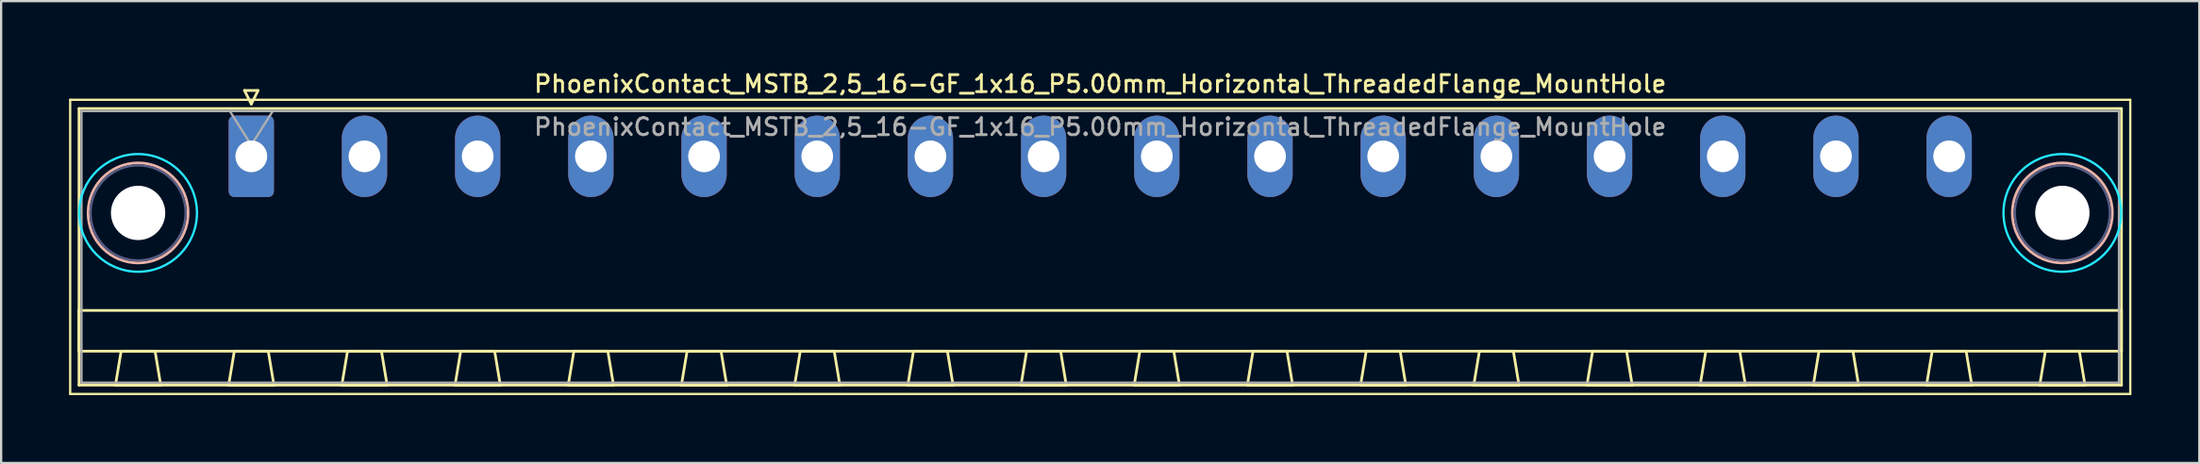
<source format=kicad_pcb>
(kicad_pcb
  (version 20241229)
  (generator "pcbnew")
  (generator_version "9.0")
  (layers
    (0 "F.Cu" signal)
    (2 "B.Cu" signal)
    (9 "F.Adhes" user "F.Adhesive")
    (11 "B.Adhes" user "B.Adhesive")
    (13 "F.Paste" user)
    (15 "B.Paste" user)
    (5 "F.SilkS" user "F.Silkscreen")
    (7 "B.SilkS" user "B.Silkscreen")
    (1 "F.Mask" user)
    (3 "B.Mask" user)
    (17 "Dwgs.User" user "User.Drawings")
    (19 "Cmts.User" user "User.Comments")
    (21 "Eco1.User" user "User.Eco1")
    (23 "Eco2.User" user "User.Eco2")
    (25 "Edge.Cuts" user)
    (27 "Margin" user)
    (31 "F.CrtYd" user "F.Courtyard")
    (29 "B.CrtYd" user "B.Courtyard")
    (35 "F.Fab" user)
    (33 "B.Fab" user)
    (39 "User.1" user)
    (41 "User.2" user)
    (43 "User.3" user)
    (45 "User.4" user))
  (footprint "PhoenixContact_MSTB_2,5_16-GF_1x16_P5.00mm_Horizontal_ThreadedFlange_MountHole"
    (layer "F.Cu")
    (at 8.05 3.858)
    (property "Reference" "PhoenixContact_MSTB_2,5_16-GF_1x16_P5.00mm_Horizontal_ThreadedFlange_MountHole" (at 37.5 -3.2 0) (layer "F.SilkS") (effects (font (size 0.75 0.75) (thickness 0.125))))
    (attr through_hole)
    (fp_line (start -8 -2.5) (end -8 10.5) (stroke (width 0.1) (type solid)) (layer "F.SilkS"))
    (fp_line (start -8 10.5) (end 83 10.5) (stroke (width 0.1) (type solid)) (layer "F.SilkS"))
    (fp_line (start -7.61 -2.11) (end -7.61 10.11) (stroke (width 0.12) (type solid)) (layer "F.SilkS"))
    (fp_line (start -7.61 6.81) (end 82.61 6.81) (stroke (width 0.12) (type solid)) (layer "F.SilkS"))
    (fp_line (start -7.61 8.61) (end -7.61 6.81) (stroke (width 0.12) (type solid)) (layer "F.SilkS"))
    (fp_line (start -7.61 10.11) (end 82.61 10.11) (stroke (width 0.12) (type solid)) (layer "F.SilkS"))
    (fp_line (start -6 10.11) (end -4 10.11) (stroke (width 0.12) (type solid)) (layer "F.SilkS"))
    (fp_line (start -5.75 8.61) (end -6 10.11) (stroke (width 0.12) (type solid)) (layer "F.SilkS"))
    (fp_line (start -4.25 8.61) (end -5.75 8.61) (stroke (width 0.12) (type solid)) (layer "F.SilkS"))
    (fp_line (start -4 10.11) (end -4.25 8.61) (stroke (width 0.12) (type solid)) (layer "F.SilkS"))
    (fp_line (start -1 10.11) (end 1 10.11) (stroke (width 0.12) (type solid)) (layer "F.SilkS"))
    (fp_line (start -0.75 8.61) (end -1 10.11) (stroke (width 0.12) (type solid)) (layer "F.SilkS"))
    (fp_line (start -0.3 -2.91) (end 0.3 -2.91) (stroke (width 0.12) (type solid)) (layer "F.SilkS"))
    (fp_line (start 0 -2.31) (end -0.3 -2.91) (stroke (width 0.12) (type solid)) (layer "F.SilkS"))
    (fp_line (start 0.3 -2.91) (end 0 -2.31) (stroke (width 0.12) (type solid)) (layer "F.SilkS"))
    (fp_line (start 0.75 8.61) (end -0.75 8.61) (stroke (width 0.12) (type solid)) (layer "F.SilkS"))
    (fp_line (start 1 10.11) (end 0.75 8.61) (stroke (width 0.12) (type solid)) (layer "F.SilkS"))
    (fp_line (start 4 10.11) (end 6 10.11) (stroke (width 0.12) (type solid)) (layer "F.SilkS"))
    (fp_line (start 4.25 8.61) (end 4 10.11) (stroke (width 0.12) (type solid)) (layer "F.SilkS"))
    (fp_line (start 5.75 8.61) (end 4.25 8.61) (stroke (width 0.12) (type solid)) (layer "F.SilkS"))
    (fp_line (start 6 10.11) (end 5.75 8.61) (stroke (width 0.12) (type solid)) (layer "F.SilkS"))
    (fp_line (start 9 10.11) (end 11 10.11) (stroke (width 0.12) (type solid)) (layer "F.SilkS"))
    (fp_line (start 9.25 8.61) (end 9 10.11) (stroke (width 0.12) (type solid)) (layer "F.SilkS"))
    (fp_line (start 10.75 8.61) (end 9.25 8.61) (stroke (width 0.12) (type solid)) (layer "F.SilkS"))
    (fp_line (start 11 10.11) (end 10.75 8.61) (stroke (width 0.12) (type solid)) (layer "F.SilkS"))
    (fp_line (start 14 10.11) (end 16 10.11) (stroke (width 0.12) (type solid)) (layer "F.SilkS"))
    (fp_line (start 14.25 8.61) (end 14 10.11) (stroke (width 0.12) (type solid)) (layer "F.SilkS"))
    (fp_line (start 15.75 8.61) (end 14.25 8.61) (stroke (width 0.12) (type solid)) (layer "F.SilkS"))
    (fp_line (start 16 10.11) (end 15.75 8.61) (stroke (width 0.12) (type solid)) (layer "F.SilkS"))
    (fp_line (start 19 10.11) (end 21 10.11) (stroke (width 0.12) (type solid)) (layer "F.SilkS"))
    (fp_line (start 19.25 8.61) (end 19 10.11) (stroke (width 0.12) (type solid)) (layer "F.SilkS"))
    (fp_line (start 20.75 8.61) (end 19.25 8.61) (stroke (width 0.12) (type solid)) (layer "F.SilkS"))
    (fp_line (start 21 10.11) (end 20.75 8.61) (stroke (width 0.12) (type solid)) (layer "F.SilkS"))
    (fp_line (start 24 10.11) (end 26 10.11) (stroke (width 0.12) (type solid)) (layer "F.SilkS"))
    (fp_line (start 24.25 8.61) (end 24 10.11) (stroke (width 0.12) (type solid)) (layer "F.SilkS"))
    (fp_line (start 25.75 8.61) (end 24.25 8.61) (stroke (width 0.12) (type solid)) (layer "F.SilkS"))
    (fp_line (start 26 10.11) (end 25.75 8.61) (stroke (width 0.12) (type solid)) (layer "F.SilkS"))
    (fp_line (start 29 10.11) (end 31 10.11) (stroke (width 0.12) (type solid)) (layer "F.SilkS"))
    (fp_line (start 29.25 8.61) (end 29 10.11) (stroke (width 0.12) (type solid)) (layer "F.SilkS"))
    (fp_line (start 30.75 8.61) (end 29.25 8.61) (stroke (width 0.12) (type solid)) (layer "F.SilkS"))
    (fp_line (start 31 10.11) (end 30.75 8.61) (stroke (width 0.12) (type solid)) (layer "F.SilkS"))
    (fp_line (start 34 10.11) (end 36 10.11) (stroke (width 0.12) (type solid)) (layer "F.SilkS"))
    (fp_line (start 34.25 8.61) (end 34 10.11) (stroke (width 0.12) (type solid)) (layer "F.SilkS"))
    (fp_line (start 35.75 8.61) (end 34.25 8.61) (stroke (width 0.12) (type solid)) (layer "F.SilkS"))
    (fp_line (start 36 10.11) (end 35.75 8.61) (stroke (width 0.12) (type solid)) (layer "F.SilkS"))
    (fp_line (start 39 10.11) (end 41 10.11) (stroke (width 0.12) (type solid)) (layer "F.SilkS"))
    (fp_line (start 39.25 8.61) (end 39 10.11) (stroke (width 0.12) (type solid)) (layer "F.SilkS"))
    (fp_line (start 40.75 8.61) (end 39.25 8.61) (stroke (width 0.12) (type solid)) (layer "F.SilkS"))
    (fp_line (start 41 10.11) (end 40.75 8.61) (stroke (width 0.12) (type solid)) (layer "F.SilkS"))
    (fp_line (start 44 10.11) (end 46 10.11) (stroke (width 0.12) (type solid)) (layer "F.SilkS"))
    (fp_line (start 44.25 8.61) (end 44 10.11) (stroke (width 0.12) (type solid)) (layer "F.SilkS"))
    (fp_line (start 45.75 8.61) (end 44.25 8.61) (stroke (width 0.12) (type solid)) (layer "F.SilkS"))
    (fp_line (start 46 10.11) (end 45.75 8.61) (stroke (width 0.12) (type solid)) (layer "F.SilkS"))
    (fp_line (start 49 10.11) (end 51 10.11) (stroke (width 0.12) (type solid)) (layer "F.SilkS"))
    (fp_line (start 49.25 8.61) (end 49 10.11) (stroke (width 0.12) (type solid)) (layer "F.SilkS"))
    (fp_line (start 50.75 8.61) (end 49.25 8.61) (stroke (width 0.12) (type solid)) (layer "F.SilkS"))
    (fp_line (start 51 10.11) (end 50.75 8.61) (stroke (width 0.12) (type solid)) (layer "F.SilkS"))
    (fp_line (start 54 10.11) (end 56 10.11) (stroke (width 0.12) (type solid)) (layer "F.SilkS"))
    (fp_line (start 54.25 8.61) (end 54 10.11) (stroke (width 0.12) (type solid)) (layer "F.SilkS"))
    (fp_line (start 55.75 8.61) (end 54.25 8.61) (stroke (width 0.12) (type solid)) (layer "F.SilkS"))
    (fp_line (start 56 10.11) (end 55.75 8.61) (stroke (width 0.12) (type solid)) (layer "F.SilkS"))
    (fp_line (start 59 10.11) (end 61 10.11) (stroke (width 0.12) (type solid)) (layer "F.SilkS"))
    (fp_line (start 59.25 8.61) (end 59 10.11) (stroke (width 0.12) (type solid)) (layer "F.SilkS"))
    (fp_line (start 60.75 8.61) (end 59.25 8.61) (stroke (width 0.12) (type solid)) (layer "F.SilkS"))
    (fp_line (start 61 10.11) (end 60.75 8.61) (stroke (width 0.12) (type solid)) (layer "F.SilkS"))
    (fp_line (start 64 10.11) (end 66 10.11) (stroke (width 0.12) (type solid)) (layer "F.SilkS"))
    (fp_line (start 64.25 8.61) (end 64 10.11) (stroke (width 0.12) (type solid)) (layer "F.SilkS"))
    (fp_line (start 65.75 8.61) (end 64.25 8.61) (stroke (width 0.12) (type solid)) (layer "F.SilkS"))
    (fp_line (start 66 10.11) (end 65.75 8.61) (stroke (width 0.12) (type solid)) (layer "F.SilkS"))
    (fp_line (start 69 10.11) (end 71 10.11) (stroke (width 0.12) (type solid)) (layer "F.SilkS"))
    (fp_line (start 69.25 8.61) (end 69 10.11) (stroke (width 0.12) (type solid)) (layer "F.SilkS"))
    (fp_line (start 70.75 8.61) (end 69.25 8.61) (stroke (width 0.12) (type solid)) (layer "F.SilkS"))
    (fp_line (start 71 10.11) (end 70.75 8.61) (stroke (width 0.12) (type solid)) (layer "F.SilkS"))
    (fp_line (start 74 10.11) (end 76 10.11) (stroke (width 0.12) (type solid)) (layer "F.SilkS"))
    (fp_line (start 74.25 8.61) (end 74 10.11) (stroke (width 0.12) (type solid)) (layer "F.SilkS"))
    (fp_line (start 75.75 8.61) (end 74.25 8.61) (stroke (width 0.12) (type solid)) (layer "F.SilkS"))
    (fp_line (start 76 10.11) (end 75.75 8.61) (stroke (width 0.12) (type solid)) (layer "F.SilkS"))
    (fp_line (start 79 10.11) (end 81 10.11) (stroke (width 0.12) (type solid)) (layer "F.SilkS"))
    (fp_line (start 79.25 8.61) (end 79 10.11) (stroke (width 0.12) (type solid)) (layer "F.SilkS"))
    (fp_line (start 80.75 8.61) (end 79.25 8.61) (stroke (width 0.12) (type solid)) (layer "F.SilkS"))
    (fp_line (start 81 10.11) (end 80.75 8.61) (stroke (width 0.12) (type solid)) (layer "F.SilkS"))
    (fp_line (start 82.61 -2.11) (end -7.61 -2.11) (stroke (width 0.12) (type solid)) (layer "F.SilkS"))
    (fp_line (start 82.61 6.81) (end 82.61 8.61) (stroke (width 0.12) (type solid)) (layer "F.SilkS"))
    (fp_line (start 82.61 8.61) (end -7.61 8.61) (stroke (width 0.12) (type solid)) (layer "F.SilkS"))
    (fp_line (start 82.61 10.11) (end 82.61 -2.11) (stroke (width 0.12) (type solid)) (layer "F.SilkS"))
    (fp_line (start 83 -2.5) (end -8 -2.5) (stroke (width 0.1) (type solid)) (layer "F.SilkS"))
    (fp_line (start 83 10.5) (end 83 -2.5) (stroke (width 0.1) (type solid)) (layer "F.SilkS"))
    (fp_circle (center -5 2.5) (end -2.79 2.5) (stroke (width 0.12) (type solid)) (fill no) (layer "B.SilkS"))
    (fp_circle (center 80 2.5) (end 82.21 2.5) (stroke (width 0.12) (type solid)) (fill no) (layer "B.SilkS"))
    (fp_circle (center -5 2.5) (end -2.4 2.5) (stroke (width 0.1) (type solid)) (fill no) (layer "B.CrtYd"))
    (fp_circle (center 80 2.5) (end 82.6 2.5) (stroke (width 0.1) (type solid)) (fill no) (layer "B.CrtYd"))
    (fp_circle (center -5 2.5) (end -2.9 2.5) (stroke (width 0.1) (type solid)) (fill no) (layer "B.Fab"))
    (fp_circle (center 80 2.5) (end 82.1 2.5) (stroke (width 0.1) (type solid)) (fill no) (layer "B.Fab"))
    (fp_line (start -7.5 -2) (end -7.5 10) (stroke (width 0.1) (type solid)) (layer "F.Fab"))
    (fp_line (start -7.5 10) (end 82.5 10) (stroke (width 0.1) (type solid)) (layer "F.Fab"))
    (fp_line (start 0 -0.5) (end -0.95 -2) (stroke (width 0.1) (type solid)) (layer "F.Fab"))
    (fp_line (start 0.95 -2) (end 0 -0.5) (stroke (width 0.1) (type solid)) (layer "F.Fab"))
    (fp_line (start 82.5 -2) (end -7.5 -2) (stroke (width 0.1) (type solid)) (layer "F.Fab"))
    (fp_line (start 82.5 10) (end 82.5 -2) (stroke (width 0.1) (type solid)) (layer "F.Fab"))
    (fp_text user "${REFERENCE}" (at 37.5 -1.3 0) (layer "F.Fab") (effects (font (size 0.75 0.75) (thickness 0.125))))
    (pad "" np_thru_hole circle (at -5 2.5) (size 2.4 2.4) (drill 2.4) (layers "*.Cu" "*.Mask"))
    (pad "" np_thru_hole circle (at 80 2.5) (size 2.4 2.4) (drill 2.4) (layers "*.Cu" "*.Mask"))
    (pad "1" thru_hole roundrect (at 0 0) (size 2 3.6) (drill 1.4) (layers "*.Cu" "*.Mask") (roundrect_rratio 0.125))
    (pad "2" thru_hole oval (at 5 0) (size 2 3.6) (drill 1.4) (layers "*.Cu" "*.Mask"))
    (pad "3" thru_hole oval (at 10 0) (size 2 3.6) (drill 1.4) (layers "*.Cu" "*.Mask"))
    (pad "4" thru_hole oval (at 15 0) (size 2 3.6) (drill 1.4) (layers "*.Cu" "*.Mask"))
    (pad "5" thru_hole oval (at 20 0) (size 2 3.6) (drill 1.4) (layers "*.Cu" "*.Mask"))
    (pad "6" thru_hole oval (at 25 0) (size 2 3.6) (drill 1.4) (layers "*.Cu" "*.Mask"))
    (pad "7" thru_hole oval (at 30 0) (size 2 3.6) (drill 1.4) (layers "*.Cu" "*.Mask"))
    (pad "8" thru_hole oval (at 35 0) (size 2 3.6) (drill 1.4) (layers "*.Cu" "*.Mask"))
    (pad "9" thru_hole oval (at 40 0) (size 2 3.6) (drill 1.4) (layers "*.Cu" "*.Mask"))
    (pad "10" thru_hole oval (at 45 0) (size 2 3.6) (drill 1.4) (layers "*.Cu" "*.Mask"))
    (pad "11" thru_hole oval (at 50 0) (size 2 3.6) (drill 1.4) (layers "*.Cu" "*.Mask"))
    (pad "12" thru_hole oval (at 55 0) (size 2 3.6) (drill 1.4) (layers "*.Cu" "*.Mask"))
    (pad "13" thru_hole oval (at 60 0) (size 2 3.6) (drill 1.4) (layers "*.Cu" "*.Mask"))
    (pad "14" thru_hole oval (at 65 0) (size 2 3.6) (drill 1.4) (layers "*.Cu" "*.Mask"))
    (pad "15" thru_hole oval (at 70 0) (size 2 3.6) (drill 1.4) (layers "*.Cu" "*.Mask"))
    (pad "16" thru_hole oval (at 75 0) (size 2 3.6) (drill 1.4) (layers "*.Cu" "*.Mask")))
  (gr_rect
    (start -3 -3)
    (end 94.1 17.408)
    (stroke (width 0.1) (type default))
    (fill no)
    (layer "Edge.Cuts")))
</source>
